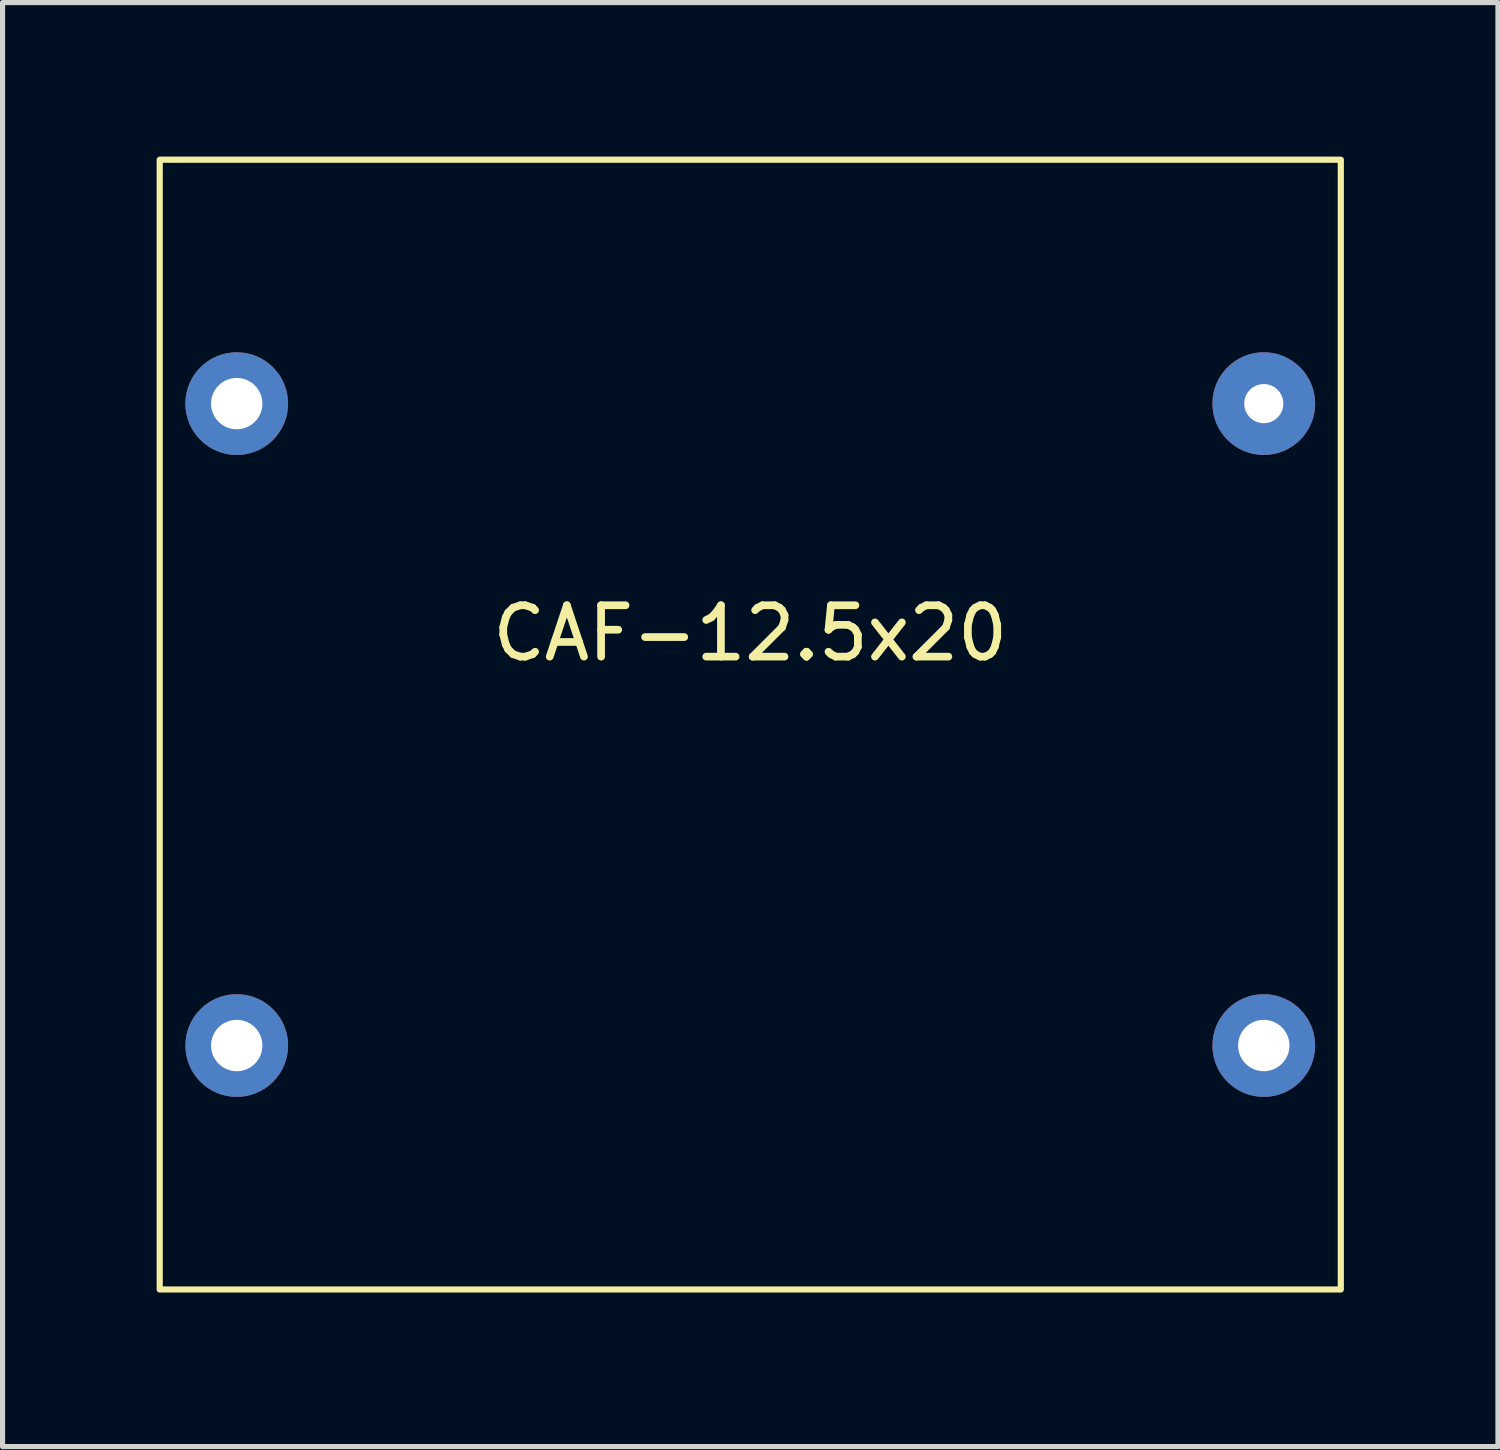
<source format=kicad_pcb>
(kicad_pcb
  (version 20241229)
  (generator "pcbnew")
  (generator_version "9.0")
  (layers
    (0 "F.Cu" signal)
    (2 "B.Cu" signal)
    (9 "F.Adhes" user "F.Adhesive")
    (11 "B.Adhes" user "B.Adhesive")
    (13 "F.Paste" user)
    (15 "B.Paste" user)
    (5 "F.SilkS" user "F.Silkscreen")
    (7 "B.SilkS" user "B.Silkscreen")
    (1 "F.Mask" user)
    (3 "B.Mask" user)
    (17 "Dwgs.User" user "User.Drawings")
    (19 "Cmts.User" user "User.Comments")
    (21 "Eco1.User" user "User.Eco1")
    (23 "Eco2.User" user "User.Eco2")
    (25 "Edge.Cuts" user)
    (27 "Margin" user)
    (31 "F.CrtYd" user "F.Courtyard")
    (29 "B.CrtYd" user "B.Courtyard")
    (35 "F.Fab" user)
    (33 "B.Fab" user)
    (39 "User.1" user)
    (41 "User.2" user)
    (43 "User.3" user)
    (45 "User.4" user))
  (footprint "CAF-12.5x20"
    (layer "F.Cu")
    (at 11.56 11.06)
    (property "Reference" "CAF-12.5x20" (at 0 -1.778 0) (unlocked yes) (layer "F.SilkS") (effects (font (size 1 1) (thickness 0.15))))
    (attr through_hole)
    (fp_rect (start -11.5 -11) (end 11.5 11) (stroke (width 0.12) (type solid)) (fill no) (layer "F.SilkS"))
    (pad "1" thru_hole circle (at -10 -6.25) (size 2 2) (drill 1) (layers "*.Cu" "*.Mask"))
    (pad "2" thru_hole circle (at -10 6.25) (size 2 2) (drill 1) (layers "*.Cu" "*.Mask"))
    (pad "3" thru_hole circle (at 10 6.25) (size 2 2) (drill 1) (layers "*.Cu" "*.Mask"))
    (pad "4" thru_hole circle (at 10 -6.25 1) (size 2 2) (drill 0.762) (layers "*.Cu" "*.Mask")))
  (gr_rect
    (start -3 -3)
    (end 26.12 25.12)
    (stroke (width 0.1) (type default))
    (fill no)
    (layer "Edge.Cuts")))
</source>
